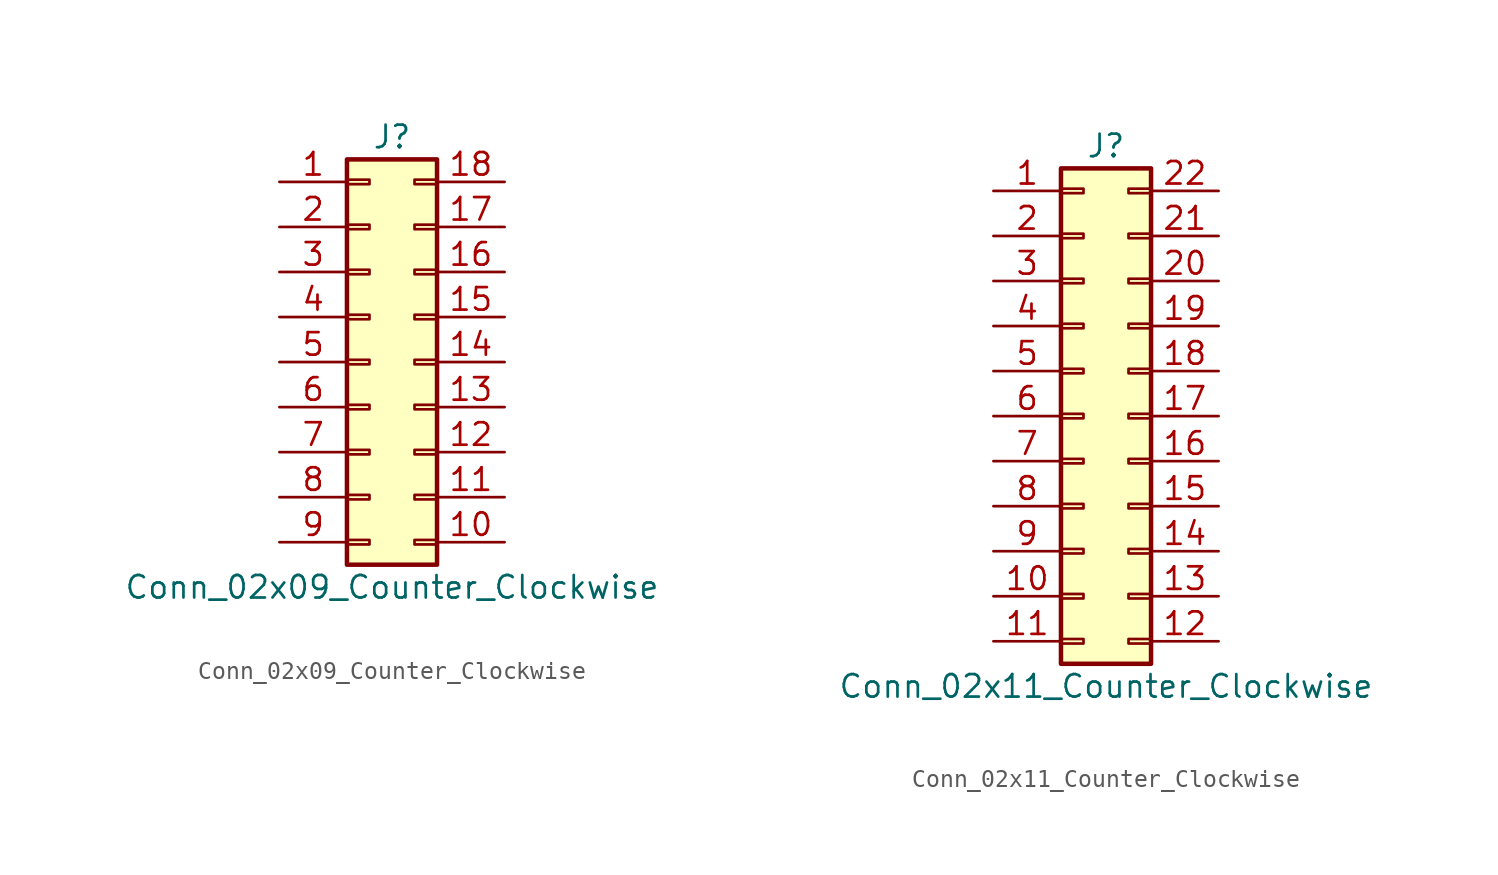
<source format=kicad_sym>
(kicad_symbol_lib
  (version 20211014)
  (generator kicad_symbol_editor)
  (symbol "Conn_02x09_Counter_Clockwise"
    (pin_names
      (offset 1.016) hide)
    (property "Reference" "J"
      (at 1.27 12.7 0)
      (effects (font (size 1.27 1.27))))
    (property "Value" "Conn_02x09_Counter_Clockwise"
      (at 1.27 -12.7 0)
      (effects (font (size 1.27 1.27))))
    (symbol "Conn_02x09_Counter_Clockwise_1_1"
      (rectangle (start -1.27 -10.033) (end 0 -10.287) (stroke (width 0.152) (type default) (color 0 0 0 0)) (fill (type none)))
      (rectangle (start -1.27 -7.493) (end 0 -7.747) (stroke (width 0.152) (type default) (color 0 0 0 0)) (fill (type none)))
      (rectangle (start -1.27 -4.953) (end 0 -5.207) (stroke (width 0.152) (type default) (color 0 0 0 0)) (fill (type none)))
      (rectangle (start -1.27 -2.413) (end 0 -2.667) (stroke (width 0.152) (type default) (color 0 0 0 0)) (fill (type none)))
      (rectangle (start -1.27 0.127) (end 0 -0.127) (stroke (width 0.152) (type default) (color 0 0 0 0)) (fill (type none)))
      (rectangle (start -1.27 2.667) (end 0 2.413) (stroke (width 0.152) (type default) (color 0 0 0 0)) (fill (type none)))
      (rectangle (start -1.27 5.207) (end 0 4.953) (stroke (width 0.152) (type default) (color 0 0 0 0)) (fill (type none)))
      (rectangle (start -1.27 7.747) (end 0 7.493) (stroke (width 0.152) (type default) (color 0 0 0 0)) (fill (type none)))
      (rectangle (start -1.27 10.287) (end 0 10.033) (stroke (width 0.152) (type default) (color 0 0 0 0)) (fill (type none)))
      (rectangle (start -1.27 11.43) (end 3.81 -11.43) (stroke (width 0.254) (type default) (color 0 0 0 0)) (fill (type background)))
      (rectangle (start 3.81 -10.033) (end 2.54 -10.287) (stroke (width 0.152) (type default) (color 0 0 0 0)) (fill (type none)))
      (rectangle (start 3.81 -7.493) (end 2.54 -7.747) (stroke (width 0.152) (type default) (color 0 0 0 0)) (fill (type none)))
      (rectangle (start 3.81 -4.953) (end 2.54 -5.207) (stroke (width 0.152) (type default) (color 0 0 0 0)) (fill (type none)))
      (rectangle (start 3.81 -2.413) (end 2.54 -2.667) (stroke (width 0.152) (type default) (color 0 0 0 0)) (fill (type none)))
      (rectangle (start 3.81 0.127) (end 2.54 -0.127) (stroke (width 0.152) (type default) (color 0 0 0 0)) (fill (type none)))
      (rectangle (start 3.81 2.667) (end 2.54 2.413) (stroke (width 0.152) (type default) (color 0 0 0 0)) (fill (type none)))
      (rectangle (start 3.81 5.207) (end 2.54 4.953) (stroke (width 0.152) (type default) (color 0 0 0 0)) (fill (type none)))
      (rectangle (start 3.81 7.747) (end 2.54 7.493) (stroke (width 0.152) (type default) (color 0 0 0 0)) (fill (type none)))
      (rectangle (start 3.81 10.287) (end 2.54 10.033) (stroke (width 0.152) (type default) (color 0 0 0 0)) (fill (type none)))
      (pin passive line (at -5.08 10.16 0) (length 3.81) (name "Pin_1" (effects (font (size 1.27 1.27)))) (number "1" (effects (font (size 1.27 1.27)))))
      (pin passive line (at 7.62 -10.16 180) (length 3.81) (name "Pin_10" (effects (font (size 1.27 1.27)))) (number "10" (effects (font (size 1.27 1.27)))))
      (pin passive line (at 7.62 -7.62 180) (length 3.81) (name "Pin_11" (effects (font (size 1.27 1.27)))) (number "11" (effects (font (size 1.27 1.27)))))
      (pin passive line (at 7.62 -5.08 180) (length 3.81) (name "Pin_12" (effects (font (size 1.27 1.27)))) (number "12" (effects (font (size 1.27 1.27)))))
      (pin passive line (at 7.62 -2.54 180) (length 3.81) (name "Pin_13" (effects (font (size 1.27 1.27)))) (number "13" (effects (font (size 1.27 1.27)))))
      (pin passive line (at 7.62 0 180) (length 3.81) (name "Pin_14" (effects (font (size 1.27 1.27)))) (number "14" (effects (font (size 1.27 1.27)))))
      (pin passive line (at 7.62 2.54 180) (length 3.81) (name "Pin_15" (effects (font (size 1.27 1.27)))) (number "15" (effects (font (size 1.27 1.27)))))
      (pin passive line (at 7.62 5.08 180) (length 3.81) (name "Pin_16" (effects (font (size 1.27 1.27)))) (number "16" (effects (font (size 1.27 1.27)))))
      (pin passive line (at 7.62 7.62 180) (length 3.81) (name "Pin_17" (effects (font (size 1.27 1.27)))) (number "17" (effects (font (size 1.27 1.27)))))
      (pin passive line (at 7.62 10.16 180) (length 3.81) (name "Pin_18" (effects (font (size 1.27 1.27)))) (number "18" (effects (font (size 1.27 1.27)))))
      (pin passive line (at -5.08 7.62 0) (length 3.81) (name "Pin_2" (effects (font (size 1.27 1.27)))) (number "2" (effects (font (size 1.27 1.27)))))
      (pin passive line (at -5.08 5.08 0) (length 3.81) (name "Pin_3" (effects (font (size 1.27 1.27)))) (number "3" (effects (font (size 1.27 1.27)))))
      (pin passive line (at -5.08 2.54 0) (length 3.81) (name "Pin_4" (effects (font (size 1.27 1.27)))) (number "4" (effects (font (size 1.27 1.27)))))
      (pin passive line (at -5.08 0 0) (length 3.81) (name "Pin_5" (effects (font (size 1.27 1.27)))) (number "5" (effects (font (size 1.27 1.27)))))
      (pin passive line (at -5.08 -2.54 0) (length 3.81) (name "Pin_6" (effects (font (size 1.27 1.27)))) (number "6" (effects (font (size 1.27 1.27)))))
      (pin passive line (at -5.08 -5.08 0) (length 3.81) (name "Pin_7" (effects (font (size 1.27 1.27)))) (number "7" (effects (font (size 1.27 1.27)))))
      (pin passive line (at -5.08 -7.62 0) (length 3.81) (name "Pin_8" (effects (font (size 1.27 1.27)))) (number "8" (effects (font (size 1.27 1.27)))))
      (pin passive line (at -5.08 -10.16 0) (length 3.81) (name "Pin_9" (effects (font (size 1.27 1.27)))) (number "9" (effects (font (size 1.27 1.27)))))))
  (symbol "Conn_02x11_Counter_Clockwise"
    (pin_names
      (offset 1.016) hide)
    (property "Reference" "J"
      (at 1.27 15.24 0)
      (effects (font (size 1.27 1.27))))
    (property "Value" "Conn_02x11_Counter_Clockwise"
      (at 1.27 -15.24 0)
      (effects (font (size 1.27 1.27))))
    (symbol "Conn_02x11_Counter_Clockwise_1_1"
      (rectangle (start -1.27 -12.573) (end 0 -12.827) (stroke (width 0.152) (type default) (color 0 0 0 0)) (fill (type none)))
      (rectangle (start -1.27 -10.033) (end 0 -10.287) (stroke (width 0.152) (type default) (color 0 0 0 0)) (fill (type none)))
      (rectangle (start -1.27 -7.493) (end 0 -7.747) (stroke (width 0.152) (type default) (color 0 0 0 0)) (fill (type none)))
      (rectangle (start -1.27 -4.953) (end 0 -5.207) (stroke (width 0.152) (type default) (color 0 0 0 0)) (fill (type none)))
      (rectangle (start -1.27 -2.413) (end 0 -2.667) (stroke (width 0.152) (type default) (color 0 0 0 0)) (fill (type none)))
      (rectangle (start -1.27 0.127) (end 0 -0.127) (stroke (width 0.152) (type default) (color 0 0 0 0)) (fill (type none)))
      (rectangle (start -1.27 2.667) (end 0 2.413) (stroke (width 0.152) (type default) (color 0 0 0 0)) (fill (type none)))
      (rectangle (start -1.27 5.207) (end 0 4.953) (stroke (width 0.152) (type default) (color 0 0 0 0)) (fill (type none)))
      (rectangle (start -1.27 7.747) (end 0 7.493) (stroke (width 0.152) (type default) (color 0 0 0 0)) (fill (type none)))
      (rectangle (start -1.27 10.287) (end 0 10.033) (stroke (width 0.152) (type default) (color 0 0 0 0)) (fill (type none)))
      (rectangle (start -1.27 12.827) (end 0 12.573) (stroke (width 0.152) (type default) (color 0 0 0 0)) (fill (type none)))
      (rectangle (start -1.27 13.97) (end 3.81 -13.97) (stroke (width 0.254) (type default) (color 0 0 0 0)) (fill (type background)))
      (rectangle (start 3.81 -12.573) (end 2.54 -12.827) (stroke (width 0.152) (type default) (color 0 0 0 0)) (fill (type none)))
      (rectangle (start 3.81 -10.033) (end 2.54 -10.287) (stroke (width 0.152) (type default) (color 0 0 0 0)) (fill (type none)))
      (rectangle (start 3.81 -7.493) (end 2.54 -7.747) (stroke (width 0.152) (type default) (color 0 0 0 0)) (fill (type none)))
      (rectangle (start 3.81 -4.953) (end 2.54 -5.207) (stroke (width 0.152) (type default) (color 0 0 0 0)) (fill (type none)))
      (rectangle (start 3.81 -2.413) (end 2.54 -2.667) (stroke (width 0.152) (type default) (color 0 0 0 0)) (fill (type none)))
      (rectangle (start 3.81 0.127) (end 2.54 -0.127) (stroke (width 0.152) (type default) (color 0 0 0 0)) (fill (type none)))
      (rectangle (start 3.81 2.667) (end 2.54 2.413) (stroke (width 0.152) (type default) (color 0 0 0 0)) (fill (type none)))
      (rectangle (start 3.81 5.207) (end 2.54 4.953) (stroke (width 0.152) (type default) (color 0 0 0 0)) (fill (type none)))
      (rectangle (start 3.81 7.747) (end 2.54 7.493) (stroke (width 0.152) (type default) (color 0 0 0 0)) (fill (type none)))
      (rectangle (start 3.81 10.287) (end 2.54 10.033) (stroke (width 0.152) (type default) (color 0 0 0 0)) (fill (type none)))
      (rectangle (start 3.81 12.827) (end 2.54 12.573) (stroke (width 0.152) (type default) (color 0 0 0 0)) (fill (type none)))
      (pin passive line (at -5.08 12.7 0) (length 3.81) (name "Pin_1" (effects (font (size 1.27 1.27)))) (number "1" (effects (font (size 1.27 1.27)))))
      (pin passive line (at -5.08 -10.16 0) (length 3.81) (name "Pin_10" (effects (font (size 1.27 1.27)))) (number "10" (effects (font (size 1.27 1.27)))))
      (pin passive line (at -5.08 -12.7 0) (length 3.81) (name "Pin_11" (effects (font (size 1.27 1.27)))) (number "11" (effects (font (size 1.27 1.27)))))
      (pin passive line (at 7.62 -12.7 180) (length 3.81) (name "Pin_12" (effects (font (size 1.27 1.27)))) (number "12" (effects (font (size 1.27 1.27)))))
      (pin passive line (at 7.62 -10.16 180) (length 3.81) (name "Pin_13" (effects (font (size 1.27 1.27)))) (number "13" (effects (font (size 1.27 1.27)))))
      (pin passive line (at 7.62 -7.62 180) (length 3.81) (name "Pin_14" (effects (font (size 1.27 1.27)))) (number "14" (effects (font (size 1.27 1.27)))))
      (pin passive line (at 7.62 -5.08 180) (length 3.81) (name "Pin_15" (effects (font (size 1.27 1.27)))) (number "15" (effects (font (size 1.27 1.27)))))
      (pin passive line (at 7.62 -2.54 180) (length 3.81) (name "Pin_16" (effects (font (size 1.27 1.27)))) (number "16" (effects (font (size 1.27 1.27)))))
      (pin passive line (at 7.62 0 180) (length 3.81) (name "Pin_17" (effects (font (size 1.27 1.27)))) (number "17" (effects (font (size 1.27 1.27)))))
      (pin passive line (at 7.62 2.54 180) (length 3.81) (name "Pin_18" (effects (font (size 1.27 1.27)))) (number "18" (effects (font (size 1.27 1.27)))))
      (pin passive line (at 7.62 5.08 180) (length 3.81) (name "Pin_19" (effects (font (size 1.27 1.27)))) (number "19" (effects (font (size 1.27 1.27)))))
      (pin passive line (at -5.08 10.16 0) (length 3.81) (name "Pin_2" (effects (font (size 1.27 1.27)))) (number "2" (effects (font (size 1.27 1.27)))))
      (pin passive line (at 7.62 7.62 180) (length 3.81) (name "Pin_20" (effects (font (size 1.27 1.27)))) (number "20" (effects (font (size 1.27 1.27)))))
      (pin passive line (at 7.62 10.16 180) (length 3.81) (name "Pin_21" (effects (font (size 1.27 1.27)))) (number "21" (effects (font (size 1.27 1.27)))))
      (pin passive line (at 7.62 12.7 180) (length 3.81) (name "Pin_22" (effects (font (size 1.27 1.27)))) (number "22" (effects (font (size 1.27 1.27)))))
      (pin passive line (at -5.08 7.62 0) (length 3.81) (name "Pin_3" (effects (font (size 1.27 1.27)))) (number "3" (effects (font (size 1.27 1.27)))))
      (pin passive line (at -5.08 5.08 0) (length 3.81) (name "Pin_4" (effects (font (size 1.27 1.27)))) (number "4" (effects (font (size 1.27 1.27)))))
      (pin passive line (at -5.08 2.54 0) (length 3.81) (name "Pin_5" (effects (font (size 1.27 1.27)))) (number "5" (effects (font (size 1.27 1.27)))))
      (pin passive line (at -5.08 0 0) (length 3.81) (name "Pin_6" (effects (font (size 1.27 1.27)))) (number "6" (effects (font (size 1.27 1.27)))))
      (pin passive line (at -5.08 -2.54 0) (length 3.81) (name "Pin_7" (effects (font (size 1.27 1.27)))) (number "7" (effects (font (size 1.27 1.27)))))
      (pin passive line (at -5.08 -5.08 0) (length 3.81) (name "Pin_8" (effects (font (size 1.27 1.27)))) (number "8" (effects (font (size 1.27 1.27)))))
      (pin passive line (at -5.08 -7.62 0) (length 3.81) (name "Pin_9" (effects (font (size 1.27 1.27)))) (number "9" (effects (font (size 1.27 1.27))))))))
</source>
